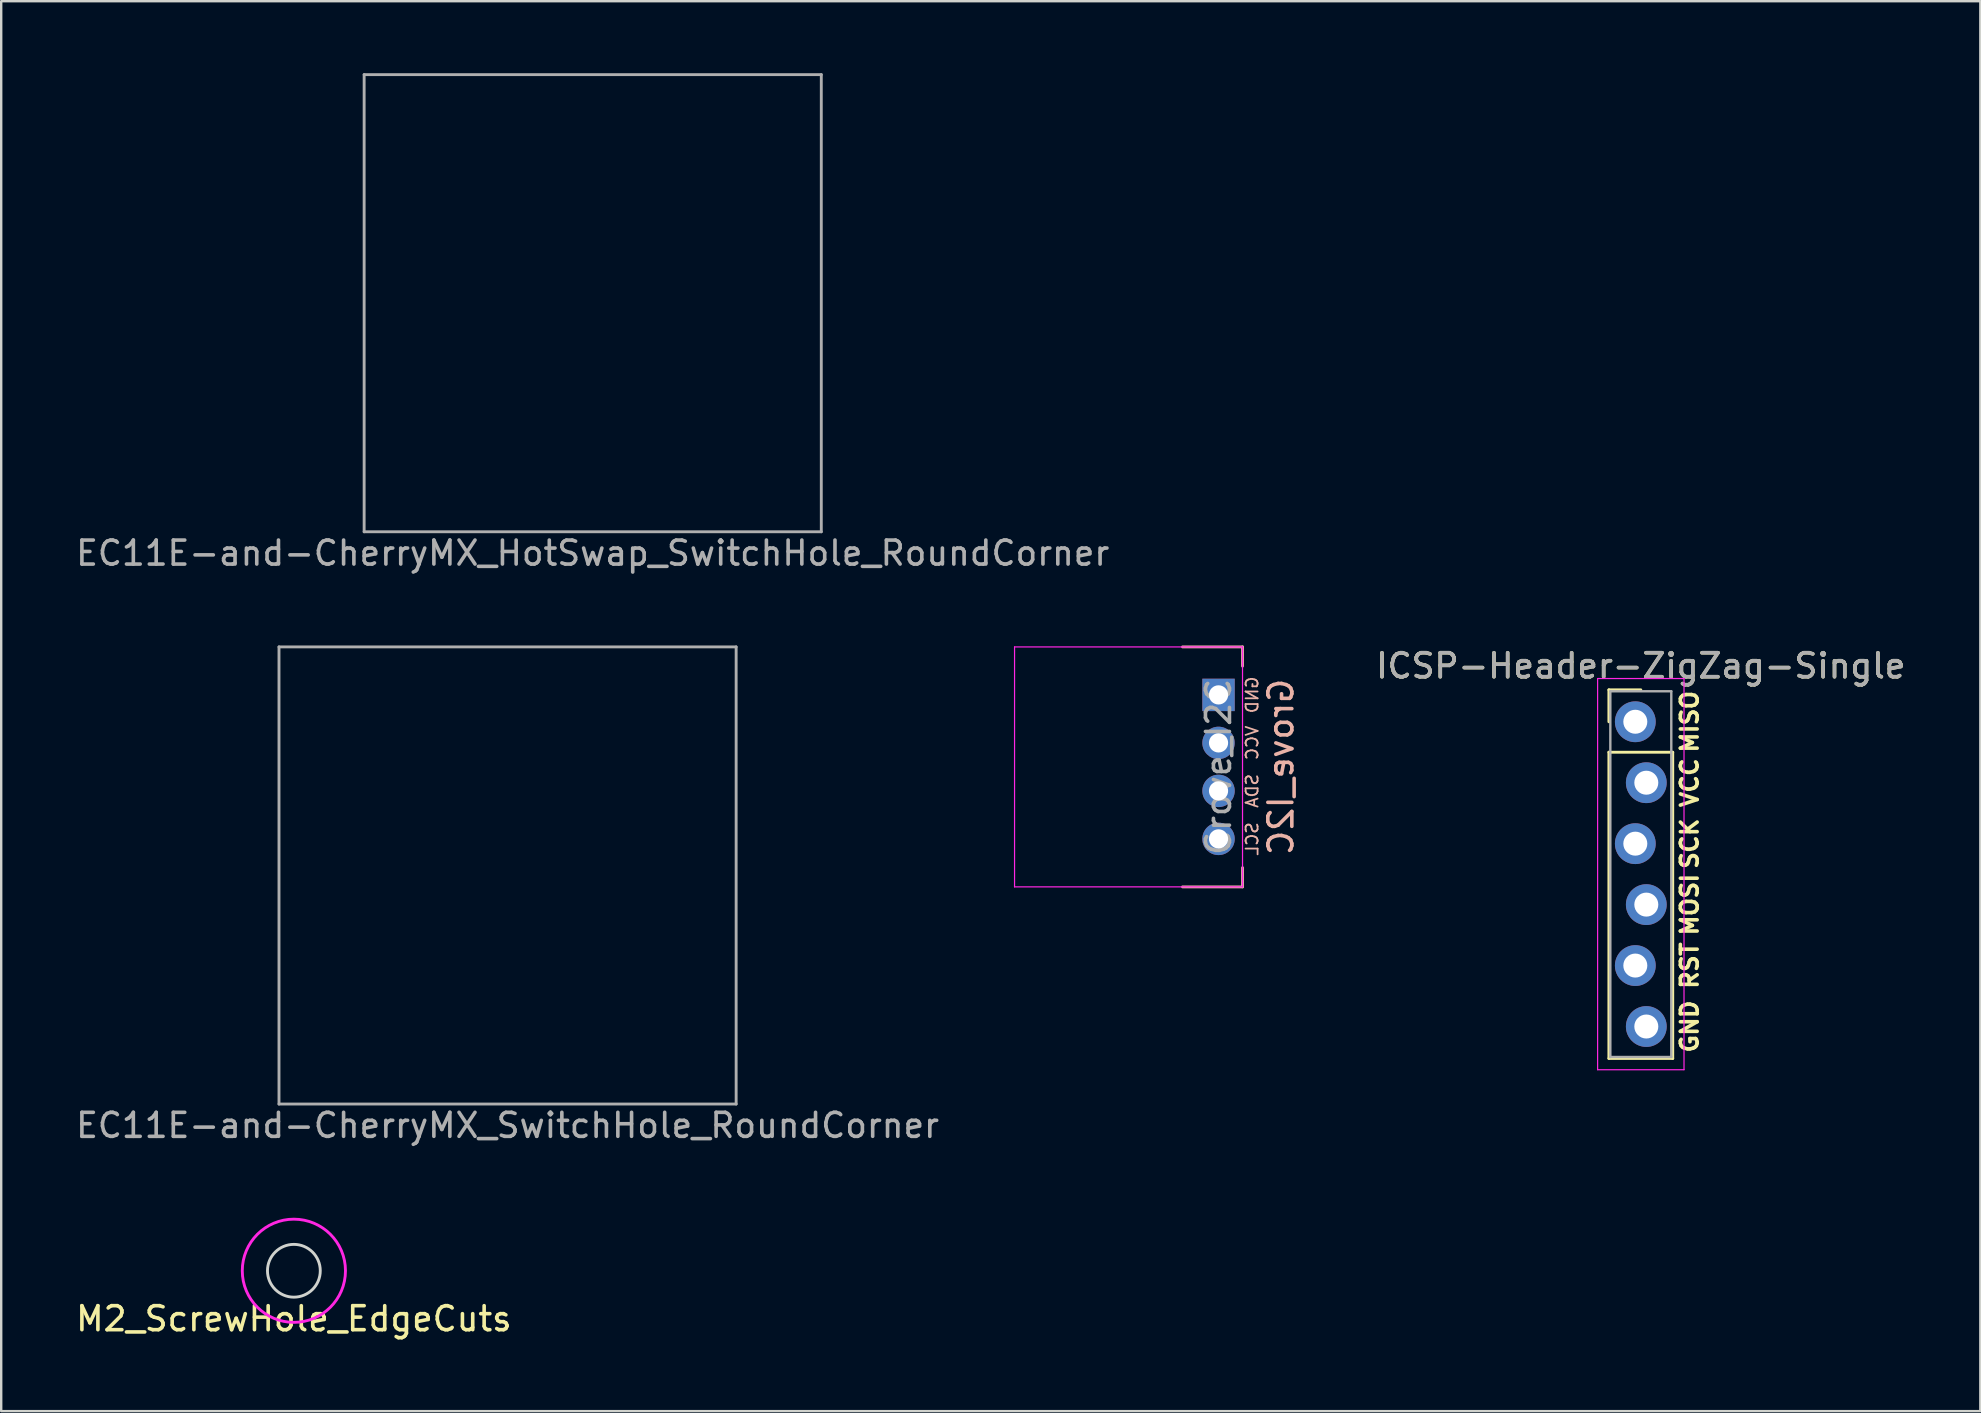
<source format=kicad_pcb>
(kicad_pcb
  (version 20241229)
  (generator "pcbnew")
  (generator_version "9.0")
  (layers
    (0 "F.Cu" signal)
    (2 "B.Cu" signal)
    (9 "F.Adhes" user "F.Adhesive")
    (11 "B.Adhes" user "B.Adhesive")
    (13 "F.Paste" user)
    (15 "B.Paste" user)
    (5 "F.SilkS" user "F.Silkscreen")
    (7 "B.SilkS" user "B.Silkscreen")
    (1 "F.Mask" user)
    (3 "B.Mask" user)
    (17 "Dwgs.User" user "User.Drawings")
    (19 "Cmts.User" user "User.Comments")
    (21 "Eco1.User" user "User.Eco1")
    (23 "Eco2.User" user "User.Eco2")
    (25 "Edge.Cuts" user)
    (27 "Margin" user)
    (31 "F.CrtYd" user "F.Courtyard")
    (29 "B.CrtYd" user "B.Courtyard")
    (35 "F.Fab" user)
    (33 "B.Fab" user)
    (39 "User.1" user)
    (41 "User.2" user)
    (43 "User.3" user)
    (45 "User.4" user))
  (footprint "EC11E-and-CherryMX_SwitchHole_RoundCorner"
    (layer "F.Cu")
    (at 18.101 33.432)
    (property "Reference" "EC11E-and-CherryMX_SwitchHole_RoundCorner" (at 0 10.414 0) (layer "F.Fab") (effects (font (size 1 1) (thickness 0.15))))
    (attr through_hole)
    (fp_line (start -7 6.7) (end -7 -6.7) (stroke (width 0.12) (type solid)) (layer "Eco2.User"))
    (fp_line (start -6.7 -7) (end -3.5 -7) (stroke (width 0.12) (type solid)) (layer "Eco2.User"))
    (fp_line (start -6.7 7) (end -4 7) (stroke (width 0.12) (type solid)) (layer "Eco2.User"))
    (fp_line (start -2.5 -8) (end 2.5 -8) (stroke (width 0.12) (type solid)) (layer "Eco2.User"))
    (fp_line (start -2.5 8.5) (end 2.5 8.5) (stroke (width 0.12) (type solid)) (layer "Eco2.User"))
    (fp_line (start 3.5 -7) (end 6.7 -7) (stroke (width 0.12) (type solid)) (layer "Eco2.User"))
    (fp_line (start 4 7) (end 6.7 7) (stroke (width 0.12) (type solid)) (layer "Eco2.User"))
    (fp_line (start 7 -6.7) (end 7 6.7) (stroke (width 0.12) (type solid)) (layer "Eco2.User"))
    (fp_arc (start -7 -6.7) (mid -6.912132 -6.912132) (end -6.7 -7) (stroke (width 0.12) (type solid)) (layer "Eco2.User"))
    (fp_arc (start -6.7 7) (mid -6.912132 6.912132) (end -7 6.7) (stroke (width 0.12) (type solid)) (layer "Eco2.User"))
    (fp_arc (start -4 7) (mid -3.646447 7.146447) (end -3.5 7.5) (stroke (width 0.12) (type solid)) (layer "Eco2.User"))
    (fp_arc (start -3.5 -7) (mid -3.207107 -7.707107) (end -2.5 -8) (stroke (width 0.12) (type solid)) (layer "Eco2.User"))
    (fp_arc (start -2.5 8.5) (mid -3.207107 8.207107) (end -3.5 7.5) (stroke (width 0.12) (type solid)) (layer "Eco2.User"))
    (fp_arc (start 2.5 -8) (mid 3.207107 -7.707107) (end 3.5 -7) (stroke (width 0.12) (type solid)) (layer "Eco2.User"))
    (fp_arc (start 3.5 7.5) (mid 3.207107 8.207107) (end 2.5 8.5) (stroke (width 0.12) (type solid)) (layer "Eco2.User"))
    (fp_arc (start 3.5 7.5) (mid 3.646447 7.146447) (end 4 7) (stroke (width 0.12) (type solid)) (layer "Eco2.User"))
    (fp_arc (start 6.7 -7) (mid 6.912132 -6.912132) (end 7 -6.7) (stroke (width 0.12) (type solid)) (layer "Eco2.User"))
    (fp_arc (start 7 6.7) (mid 6.912132 6.912132) (end 6.7 7) (stroke (width 0.12) (type solid)) (layer "Eco2.User"))
    (fp_line (start -9.525 -9.525) (end 9.525 -9.525) (stroke (width 0.12) (type solid)) (layer "F.Fab"))
    (fp_line (start -9.525 9.525) (end -9.525 -9.525) (stroke (width 0.12) (type solid)) (layer "F.Fab"))
    (fp_line (start 9.525 -9.525) (end 9.525 9.525) (stroke (width 0.12) (type solid)) (layer "F.Fab"))
    (fp_line (start 9.525 9.525) (end -9.525 9.525) (stroke (width 0.12) (type solid)) (layer "F.Fab")))
  (footprint "M2_ScrewHole_EdgeCuts"
    (layer "F.Cu")
    (at 9.196 49.904)
    (property "Reference" "M2_ScrewHole_EdgeCuts" (at 0 2 0) (layer "F.SilkS") (effects (font (size 1 1) (thickness 0.15))))
    (attr through_hole)
    (fp_circle (center 0 0) (end 1.1 0) (stroke (width 0.12) (type solid)) (fill no) (layer "Edge.Cuts"))
    (fp_circle (center 0 0) (end 2.15 0) (stroke (width 0.12) (type solid)) (fill no) (layer "F.CrtYd")))
  (footprint "Grove_I2C"
    (layer "F.Cu")
    (at 47.727 25.907)
    (property "Reference" "Grove_I2C" (at 2.6 3 90) (layer "B.SilkS") (effects (font (size 1 1) (thickness 0.15)) (justify mirror)))
    (attr through_hole)
    (fp_line (start 1 -2) (end -1.5 -2) (stroke (width 0.12) (type solid)) (layer "B.SilkS"))
    (fp_line (start 1 -1.2) (end 1 -2) (stroke (width 0.12) (type solid)) (layer "B.SilkS"))
    (fp_line (start 1 8) (end -1.5 8) (stroke (width 0.12) (type solid)) (layer "B.SilkS"))
    (fp_line (start 1 8) (end 1 7.2) (stroke (width 0.12) (type solid)) (layer "B.SilkS"))
    (fp_line (start -8.5 -2) (end -8.5 8) (stroke (width 0.05) (type solid)) (layer "F.CrtYd"))
    (fp_line (start -8.5 8) (end 1 8) (stroke (width 0.05) (type solid)) (layer "F.CrtYd"))
    (fp_line (start 1 -2) (end -8.5 -2) (stroke (width 0.05) (type solid)) (layer "F.CrtYd"))
    (fp_line (start 1 8) (end 1 -2) (stroke (width 0.05) (type solid)) (layer "F.CrtYd"))
    (fp_text user "SDA" (at 1.4 4 90) (layer "B.SilkS") (effects (font (size 0.5 0.5) (thickness 0.075)) (justify mirror)))
    (fp_text user "VCC" (at 1.4 2 90) (layer "B.SilkS") (effects (font (size 0.5 0.5) (thickness 0.075)) (justify mirror)))
    (fp_text user "GND" (at 1.4 0 90) (layer "B.SilkS") (effects (font (size 0.5 0.5) (thickness 0.075)) (justify mirror)))
    (fp_text user "SCL" (at 1.4 6 90) (layer "B.SilkS") (effects (font (size 0.5 0.5) (thickness 0.075)) (justify mirror)))
    (fp_text user "${REFERENCE}" (at 0 3 90) (layer "F.Fab") (effects (font (size 1 1) (thickness 0.15))))
    (pad "1" thru_hole oval (at 0 6) (size 1.35 1.35) (drill 0.8) (layers "*.Cu" "*.Mask"))
    (pad "2" thru_hole oval (at 0 4) (size 1.35 1.35) (drill 0.8) (layers "*.Cu" "*.Mask"))
    (pad "3" thru_hole oval (at 0 2) (size 1.35 1.35) (drill 0.8) (layers "*.Cu" "*.Mask"))
    (pad "4" thru_hole rect (at 0 0) (size 1.35 1.35) (drill 0.8) (layers "*.Cu" "*.Mask")))
  (footprint "ICSP-Header-ZigZag-Single"
    (layer "F.Cu")
    (at 65.324 27.026)
    (property "Reference" "ICSP-Header-ZigZag-Single" (at 0 -2.33 0) (layer "F.SilkS") (effects (font (size 1 1) (thickness 0.15))))
    (attr through_hole)
    (fp_line (start -1.33 -1.33) (end 0 -1.33) (stroke (width 0.12) (type solid)) (layer "F.SilkS"))
    (fp_line (start -1.33 0) (end -1.33 -1.33) (stroke (width 0.12) (type solid)) (layer "F.SilkS"))
    (fp_line (start -1.33 1.27) (end -1.33 14.03) (stroke (width 0.12) (type solid)) (layer "F.SilkS"))
    (fp_line (start -1.33 14.03) (end 1.33 14.03) (stroke (width 0.12) (type solid)) (layer "F.SilkS"))
    (fp_line (start 1.33 1.27) (end -1.33 1.27) (stroke (width 0.12) (type solid)) (layer "F.SilkS"))
    (fp_line (start 1.33 14.03) (end 1.33 1.27) (stroke (width 0.12) (type solid)) (layer "F.SilkS"))
    (fp_line (start -1.8 -1.8) (end -1.8 14.5) (stroke (width 0.05) (type solid)) (layer "F.CrtYd"))
    (fp_line (start -1.8 14.5) (end 1.8 14.5) (stroke (width 0.05) (type solid)) (layer "F.CrtYd"))
    (fp_line (start 1.8 -1.8) (end -1.8 -1.8) (stroke (width 0.05) (type solid)) (layer "F.CrtYd"))
    (fp_line (start 1.8 14.5) (end 1.8 -1.8) (stroke (width 0.05) (type solid)) (layer "F.CrtYd"))
    (fp_line (start -1.27 -1.27) (end -1.27 13.97) (stroke (width 0.1) (type solid)) (layer "F.Fab"))
    (fp_line (start -1.27 13.97) (end 1.27 13.97) (stroke (width 0.1) (type solid)) (layer "F.Fab"))
    (fp_line (start 1.27 -1.27) (end -1.27 -1.27) (stroke (width 0.1) (type solid)) (layer "F.Fab"))
    (fp_line (start 1.27 13.97) (end 1.27 -1.27) (stroke (width 0.1) (type solid)) (layer "F.Fab"))
    (fp_text user "MISO" (at 2.032 0 90) (layer "F.SilkS") (effects (font (size 0.7 0.7) (thickness 0.15))))
    (fp_text user "RST" (at 2.032 10.16 90) (layer "F.SilkS") (effects (font (size 0.7 0.7) (thickness 0.15))))
    (fp_text user "GND" (at 2.032 12.7 90) (layer "F.SilkS") (effects (font (size 0.7 0.7) (thickness 0.15))))
    (fp_text user "SCK" (at 2.032 5.08 90) (layer "F.SilkS") (effects (font (size 0.7 0.7) (thickness 0.15))))
    (fp_text user "MOSI" (at 2.032 7.62 90) (layer "F.SilkS") (effects (font (size 0.7 0.7) (thickness 0.15))))
    (fp_text user "VCC" (at 2.032 2.54 90) (layer "F.SilkS") (effects (font (size 0.7 0.7) (thickness 0.15))))
    (fp_text user "${REFERENCE}" (at 0 -2.33 0) (layer "F.Fab") (effects (font (size 1 1) (thickness 0.15))))
    (pad "1" thru_hole circle (at -0.229 0) (size 1.7 1.7) (drill 1) (layers "*.Cu" "*.Mask"))
    (pad "2" thru_hole oval (at 0.229 2.54) (size 1.7 1.7) (drill 1) (layers "*.Cu" "*.Mask"))
    (pad "3" thru_hole oval (at -0.229 5.08) (size 1.7 1.7) (drill 1) (layers "*.Cu" "*.Mask"))
    (pad "4" thru_hole oval (at 0.229 7.62) (size 1.7 1.7) (drill 1) (layers "*.Cu" "*.Mask"))
    (pad "5" thru_hole oval (at -0.229 10.16) (size 1.7 1.7) (drill 1) (layers "*.Cu" "*.Mask"))
    (pad "6" thru_hole oval (at 0.229 12.7) (size 1.7 1.7) (drill 1) (layers "*.Cu" "*.Mask")))
  (footprint "EC11E-and-CherryMX_HotSwap_SwitchHole_RoundCorner"
    (layer "F.Cu")
    (at 21.649 9.585)
    (property "Reference" "EC11E-and-CherryMX_HotSwap_SwitchHole_RoundCorner" (at 0 10.414 0) (layer "F.Fab") (effects (font (size 1 1) (thickness 0.15))))
    (attr through_hole)
    (fp_line (start -7 6.7) (end -7 -6.7) (stroke (width 0.12) (type solid)) (layer "Eco2.User"))
    (fp_line (start -4 -7) (end -6.7 -7) (stroke (width 0.12) (type solid)) (layer "Eco2.User"))
    (fp_line (start -3.5 7) (end -6.7 7) (stroke (width 0.12) (type solid)) (layer "Eco2.User"))
    (fp_line (start 2.5 -8.5) (end -2.5 -8.5) (stroke (width 0.12) (type solid)) (layer "Eco2.User"))
    (fp_line (start 2.5 8) (end -2.5 8) (stroke (width 0.12) (type solid)) (layer "Eco2.User"))
    (fp_line (start 6.7 -7) (end 4 -7) (stroke (width 0.12) (type solid)) (layer "Eco2.User"))
    (fp_line (start 6.7 7) (end 3.5 7) (stroke (width 0.12) (type solid)) (layer "Eco2.User"))
    (fp_line (start 7 -6.7) (end 7 6.7) (stroke (width 0.12) (type solid)) (layer "Eco2.User"))
    (fp_arc (start -7 -6.7) (mid -6.912132 -6.912132) (end -6.7 -7) (stroke (width 0.12) (type solid)) (layer "Eco2.User"))
    (fp_arc (start -6.7 7) (mid -6.912132 6.912132) (end -7 6.7) (stroke (width 0.12) (type solid)) (layer "Eco2.User"))
    (fp_arc (start -3.5 -7.5) (mid -3.646447 -7.146447) (end -4 -7) (stroke (width 0.12) (type solid)) (layer "Eco2.User"))
    (fp_arc (start -3.5 -7.5) (mid -3.207107 -8.207107) (end -2.5 -8.5) (stroke (width 0.12) (type solid)) (layer "Eco2.User"))
    (fp_arc (start -2.5 8) (mid -3.207107 7.707107) (end -3.5 7) (stroke (width 0.12) (type solid)) (layer "Eco2.User"))
    (fp_arc (start 2.5 -8.5) (mid 3.207107 -8.207107) (end 3.5 -7.5) (stroke (width 0.12) (type solid)) (layer "Eco2.User"))
    (fp_arc (start 3.5 7) (mid 3.207107 7.707107) (end 2.5 8) (stroke (width 0.12) (type solid)) (layer "Eco2.User"))
    (fp_arc (start 4 -7) (mid 3.646447 -7.146447) (end 3.5 -7.5) (stroke (width 0.12) (type solid)) (layer "Eco2.User"))
    (fp_arc (start 6.7 -7) (mid 6.912132 -6.912132) (end 7 -6.7) (stroke (width 0.12) (type solid)) (layer "Eco2.User"))
    (fp_arc (start 7 6.7) (mid 6.912132 6.912132) (end 6.7 7) (stroke (width 0.12) (type solid)) (layer "Eco2.User"))
    (fp_line (start -9.525 -9.525) (end 9.525 -9.525) (stroke (width 0.12) (type solid)) (layer "F.Fab"))
    (fp_line (start -9.525 9.525) (end -9.525 -9.525) (stroke (width 0.12) (type solid)) (layer "F.Fab"))
    (fp_line (start 9.525 -9.525) (end 9.525 9.525) (stroke (width 0.12) (type solid)) (layer "F.Fab"))
    (fp_line (start 9.525 9.525) (end -9.525 9.525) (stroke (width 0.12) (type solid)) (layer "F.Fab")))
  (gr_rect
    (start -3 -3)
    (end 79.473 55.753)
    (stroke (width 0.1) (type default))
    (fill no)
    (layer "Edge.Cuts")))
</source>
